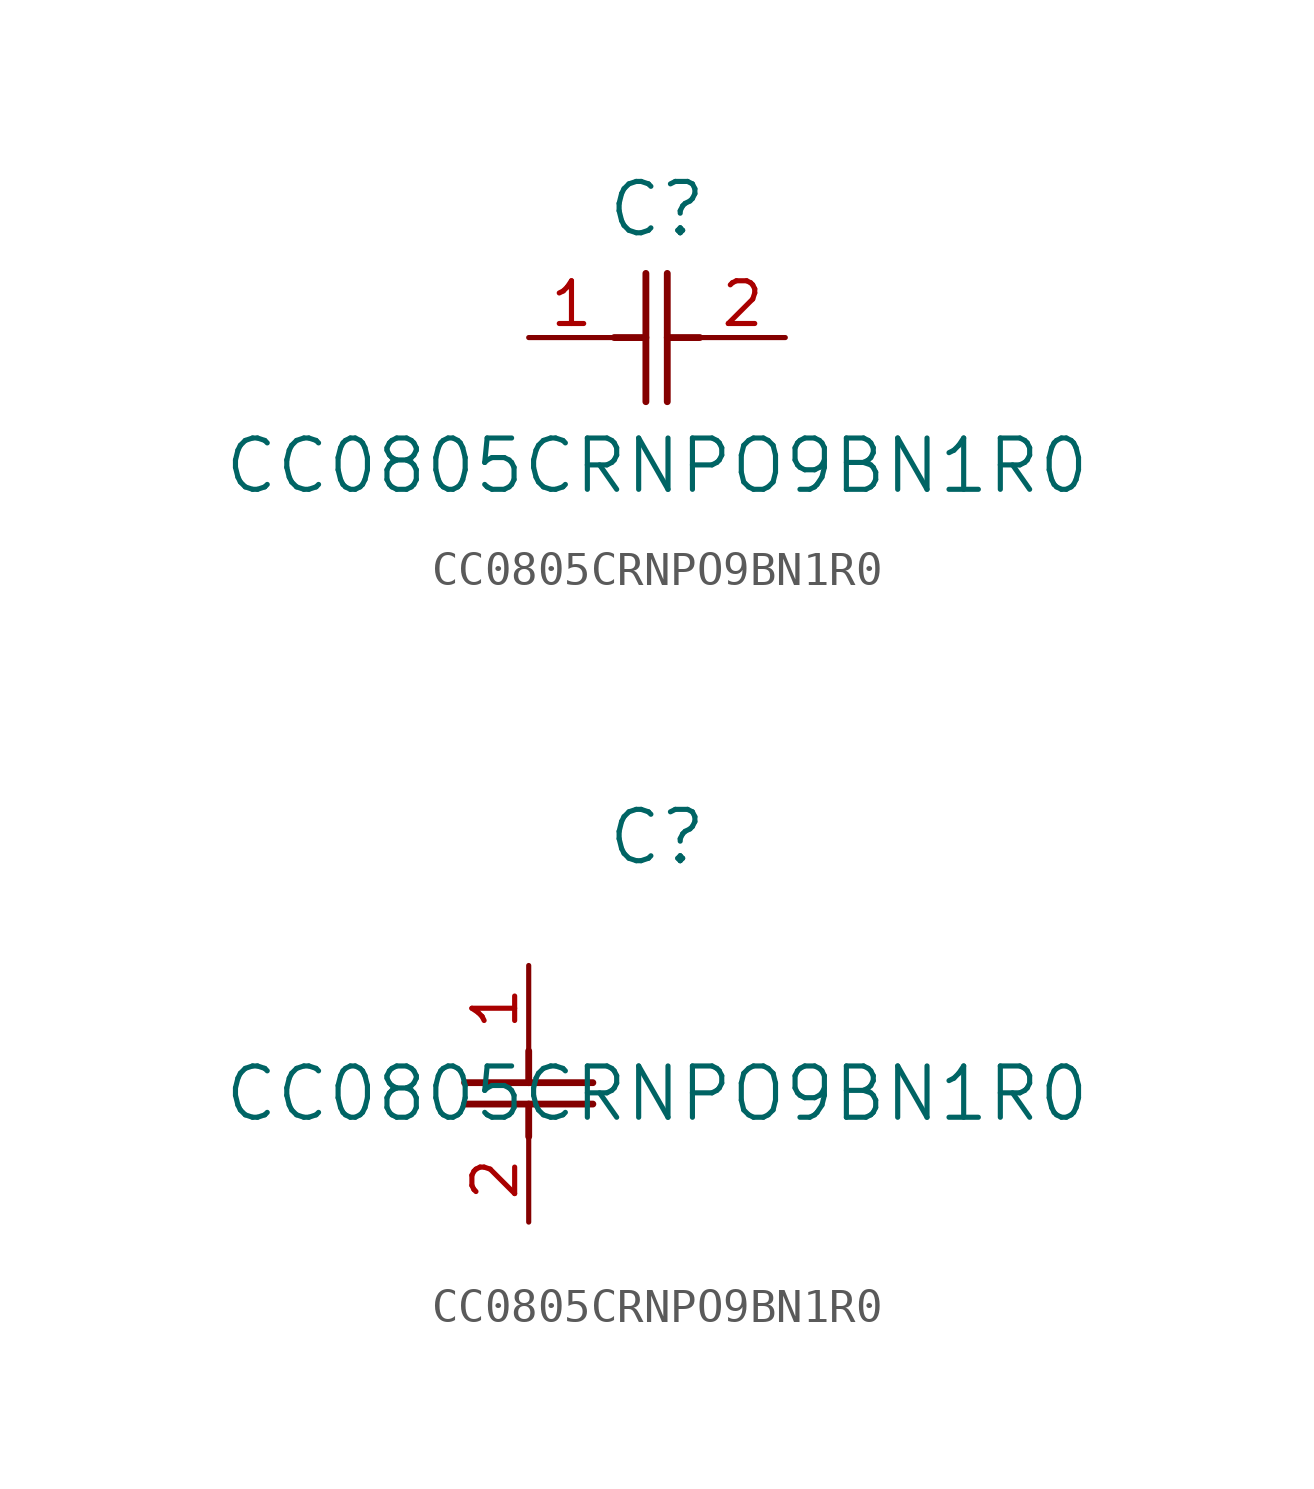
<source format=kicad_sym>
(kicad_symbol_lib
  (version 20211014)
  (generator kicad_symbol_editor)
  (symbol "CC0805CRNPO9BN1R0"
    (pin_names
      (offset 0.254))
    (property "Reference" "C"
      (at 3.81 3.81 0)
      (effects (font (size 1.524 1.524))))
    (property "Value" "CC0805CRNPO9BN1R0"
      (at 3.81 -3.81 0)
      (effects (font (size 1.524 1.524))))
    (symbol "CC0805CRNPO9BN1R0_1_1"
      (polyline (pts (xy 3.48 -1.905) (xy 3.48 1.905)) (stroke (width 0.203) (type default) (color 0 0 0 0)) (fill (type none)))
      (polyline (pts (xy 4.115 -1.905) (xy 4.115 1.905)) (stroke (width 0.203) (type default) (color 0 0 0 0)) (fill (type none)))
      (polyline (pts (xy 4.115 0) (xy 5.08 0)) (stroke (width 0.203) (type default) (color 0 0 0 0)) (fill (type none)))
      (polyline (pts (xy 2.54 0) (xy 3.48 0)) (stroke (width 0.203) (type default) (color 0 0 0 0)) (fill (type none)))
      (pin unspecified line (at 0 0 0) (length 2.54) (name "" (effects (font (size 1.27 1.27)))) (number "1" (effects (font (size 1.27 1.27)))))
      (pin unspecified line (at 7.62 0 180) (length 2.54) (name "" (effects (font (size 1.27 1.27)))) (number "2" (effects (font (size 1.27 1.27))))))
    (symbol "CC0805CRNPO9BN1R0_1_2"
      (polyline (pts (xy -1.905 -3.48) (xy 1.905 -3.48)) (stroke (width 0.203) (type default) (color 0 0 0 0)) (fill (type none)))
      (polyline (pts (xy -1.905 -4.115) (xy 1.905 -4.115)) (stroke (width 0.203) (type default) (color 0 0 0 0)) (fill (type none)))
      (polyline (pts (xy 0 -4.115) (xy 0 -5.08)) (stroke (width 0.203) (type default) (color 0 0 0 0)) (fill (type none)))
      (polyline (pts (xy 0 -2.54) (xy 0 -3.48)) (stroke (width 0.203) (type default) (color 0 0 0 0)) (fill (type none)))
      (pin unspecified line (at 0 0 270) (length 2.54) (name "" (effects (font (size 1.27 1.27)))) (number "1" (effects (font (size 1.27 1.27)))))
      (pin unspecified line (at 0 -7.62 90) (length 2.54) (name "" (effects (font (size 1.27 1.27)))) (number "2" (effects (font (size 1.27 1.27))))))))
</source>
